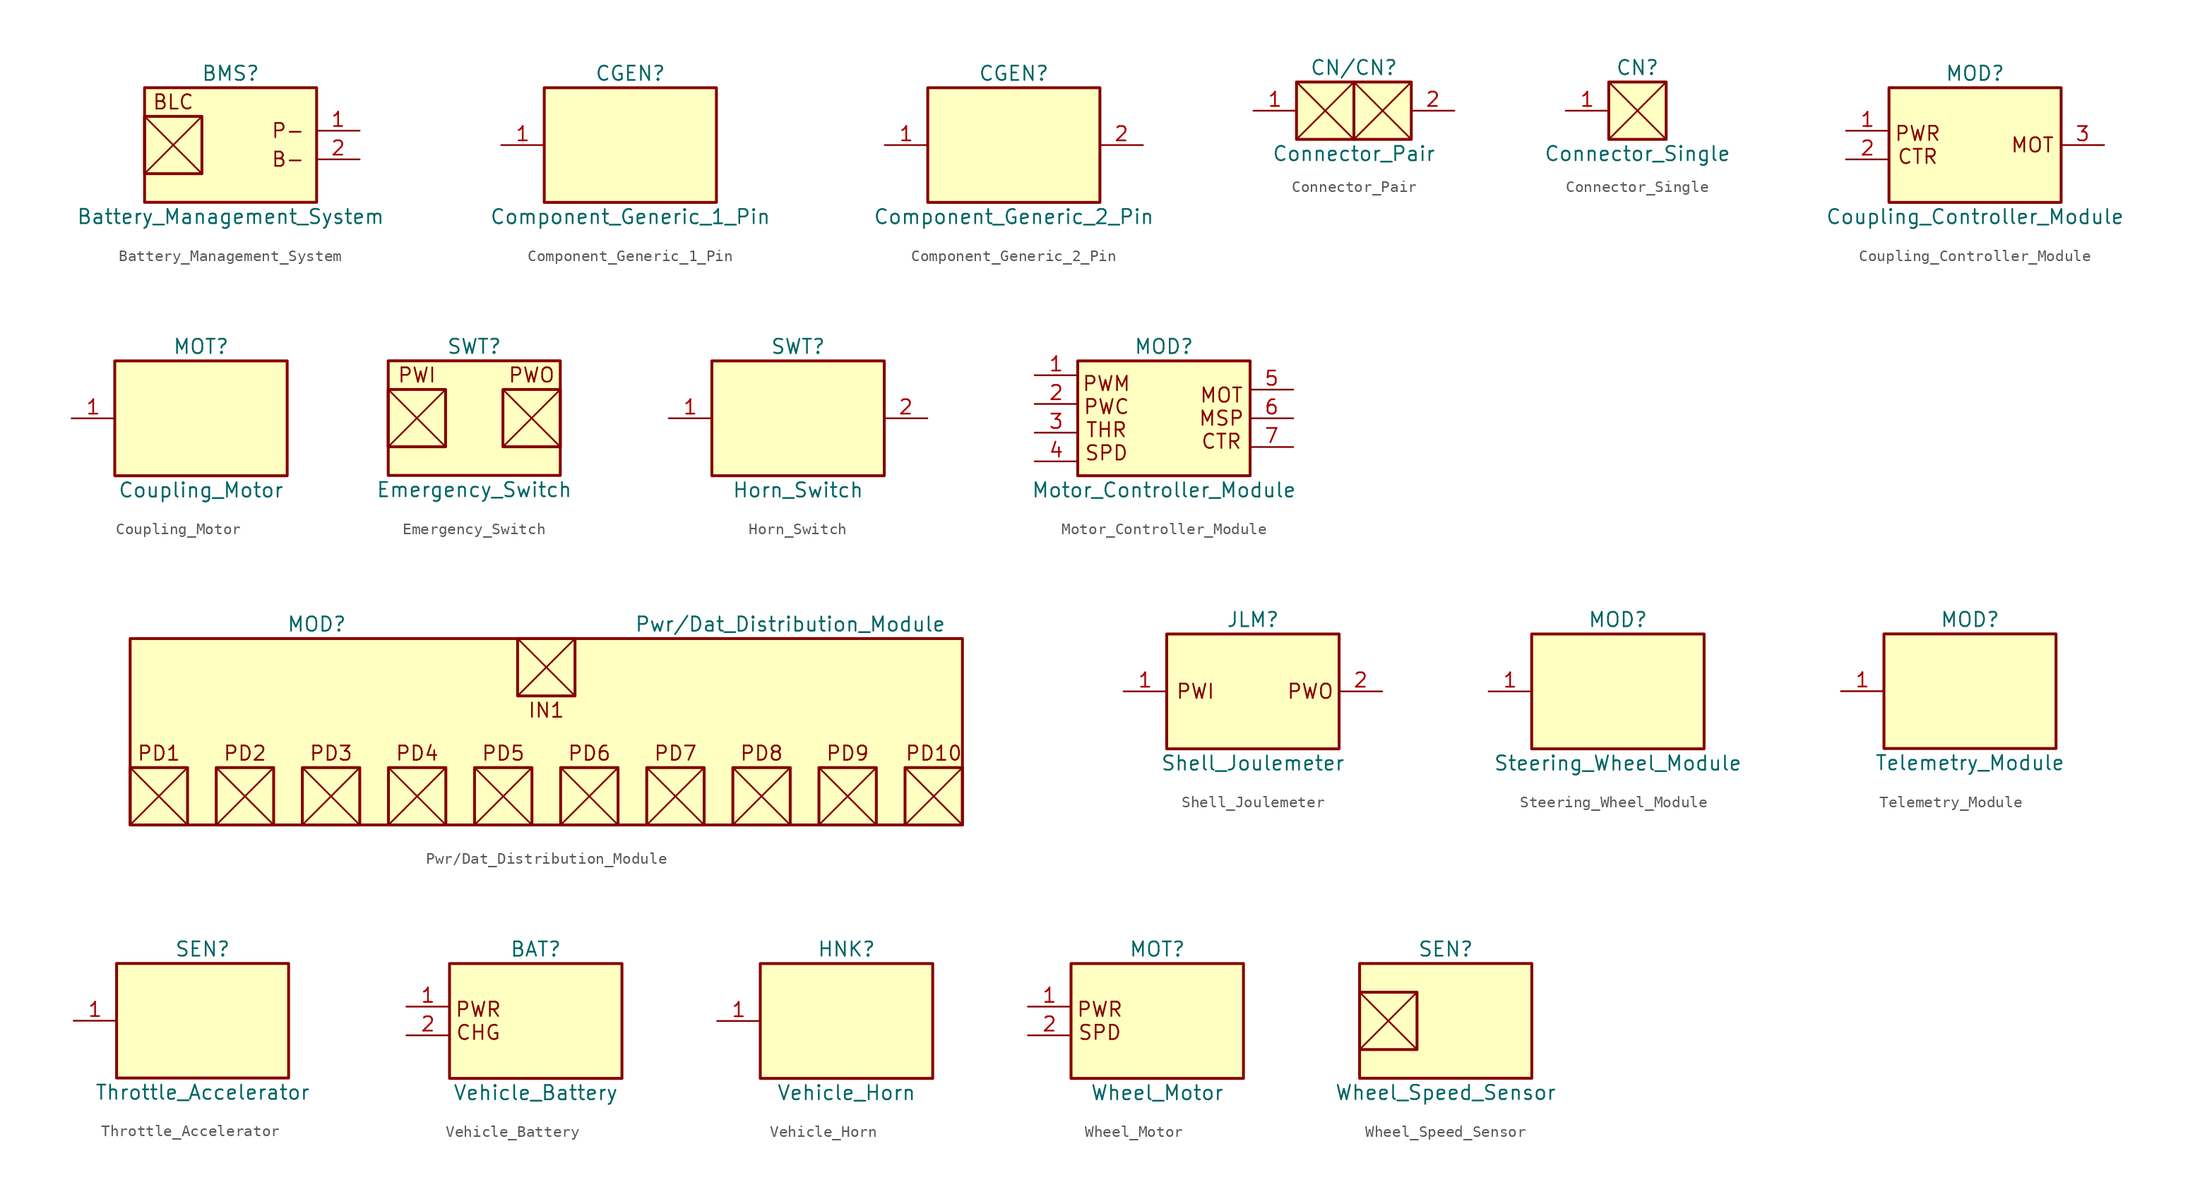
<source format=kicad_sym>
(kicad_symbol_lib
  (version 20220914)
  (generator kicad_symbol_editor)
  (symbol "Battery_Management_System"
    (pin_names
      (offset 1.016) hide)
    (property "Reference" "BMS"
      (at 0 6.35 0)
      (effects (font (size 1.27 1.27))))
    (property "Value" "Battery_Management_System\n"
      (at 0 -6.35 0)
      (effects (font (size 1.27 1.27))))
    (symbol "Battery_Management_System_0_1"
      (polyline (pts (xy -7.62 2.54) (xy -2.54 -2.54)) (stroke (width 0) (type default)) (fill (type none)))
      (polyline (pts (xy -2.54 2.54) (xy -7.62 -2.54)) (stroke (width 0) (type default)) (fill (type none))))
    (symbol "Battery_Management_System_1_0"
      (text "BLC" (at -5.08 3.81 0) (effects (font (size 1.27 1.27))))
      (text "P-" (at 5.08 1.27 0) (effects (font (size 1.27 1.27)))))
    (symbol "Battery_Management_System_1_1"
      (rectangle (start -7.62 2.54) (end -2.54 -2.54) (stroke (width 0.254) (type default)) (fill (type background)))
      (rectangle (start -7.62 5.08) (end 7.62 -5.08) (stroke (width 0.254) (type default)) (fill (type background)))
      (text "B-" (at 5.08 -1.27 0) (effects (font (size 1.27 1.27))))
      (pin passive line (at 11.43 1.27 180) (length 3.81) (name "Pin_1" (effects (font (size 1.27 1.27)))) (number "1" (effects (font (size 1.27 1.27)))))
      (pin passive line (at 11.43 -1.27 180) (length 3.81) (name "Pin_2" (effects (font (size 1.27 1.27)))) (number "2" (effects (font (size 1.27 1.27)))))))
  (symbol "Component_Generic_1_Pin"
    (pin_names
      (offset 1.016) hide)
    (property "Reference" "CGEN"
      (at 0 6.35 0)
      (effects (font (size 1.27 1.27))))
    (property "Value" "Component_Generic_1_Pin"
      (at 0 -6.35 0)
      (effects (font (size 1.27 1.27))))
    (symbol "Component_Generic_1_Pin_1_1"
      (rectangle (start -7.62 5.08) (end 7.62 -5.08) (stroke (width 0.254) (type default)) (fill (type background)))
      (pin passive line (at -11.43 0 0) (length 3.81) (name "Pin_1" (effects (font (size 1.27 1.27)))) (number "1" (effects (font (size 1.27 1.27)))))))
  (symbol "Component_Generic_2_Pin"
    (pin_names
      (offset 1.016) hide)
    (property "Reference" "CGEN"
      (at 0 6.35 0)
      (effects (font (size 1.27 1.27))))
    (property "Value" "Component_Generic_2_Pin"
      (at 0 -6.35 0)
      (effects (font (size 1.27 1.27))))
    (symbol "Component_Generic_2_Pin_1_1"
      (rectangle (start -7.62 5.08) (end 7.62 -5.08) (stroke (width 0.254) (type default)) (fill (type background)))
      (pin passive line (at -11.43 0 0) (length 3.81) (name "Pin_1" (effects (font (size 1.27 1.27)))) (number "1" (effects (font (size 1.27 1.27)))))
      (pin passive line (at 11.43 0 180) (length 3.81) (name "Pin_2" (effects (font (size 1.27 1.27)))) (number "2" (effects (font (size 1.27 1.27)))))))
  (symbol "Connector_Pair"
    (pin_names
      (offset 1.016) hide)
    (property "Reference" "CN/CN"
      (at 0 3.81 0)
      (effects (font (size 1.27 1.27))))
    (property "Value" "Connector_Pair"
      (at 0 -3.81 0)
      (effects (font (size 1.27 1.27))))
    (symbol "Connector_Pair_0_1"
      (polyline (pts (xy -5.08 2.54) (xy 0 -2.54)) (stroke (width 0) (type default)) (fill (type none)))
      (polyline (pts (xy 0 -2.54) (xy 5.08 2.54)) (stroke (width 0) (type default)) (fill (type none)))
      (polyline (pts (xy 0 2.54) (xy -5.08 -2.54)) (stroke (width 0) (type default)) (fill (type none)))
      (polyline (pts (xy 5.08 -2.54) (xy 0 2.54)) (stroke (width 0) (type default)) (fill (type none))))
    (symbol "Connector_Pair_1_1"
      (rectangle (start -5.08 2.54) (end 5.08 -2.54) (stroke (width 0.254) (type default)) (fill (type background)))
      (polyline (pts (xy 0 2.54) (xy 0 -2.54)) (stroke (width 0.254) (type default)) (fill (type none)))
      (pin passive line (at -8.89 0 0) (length 3.81) (name "Pin_1" (effects (font (size 1.27 1.27)))) (number "1" (effects (font (size 1.27 1.27)))))
      (pin passive line (at 8.89 0 180) (length 3.81) (name "Pin_2" (effects (font (size 1.27 1.27)))) (number "2" (effects (font (size 1.27 1.27)))))))
  (symbol "Connector_Single"
    (pin_names
      (offset 1.016) hide)
    (property "Reference" "CN"
      (at 0 3.81 0)
      (effects (font (size 1.27 1.27))))
    (property "Value" "Connector_Single"
      (at 0 -3.81 0)
      (effects (font (size 1.27 1.27))))
    (symbol "Connector_Single_0_1"
      (polyline (pts (xy -2.54 2.54) (xy 2.54 -2.54)) (stroke (width 0) (type default)) (fill (type none)))
      (polyline (pts (xy 2.54 2.54) (xy -2.54 -2.54)) (stroke (width 0) (type default)) (fill (type none))))
    (symbol "Connector_Single_1_1"
      (rectangle (start -2.54 2.54) (end 2.54 -2.54) (stroke (width 0.254) (type default)) (fill (type background)))
      (pin passive line (at -6.35 0 0) (length 3.81) (name "Pin_1" (effects (font (size 1.27 1.27)))) (number "1" (effects (font (size 1.27 1.27)))))))
  (symbol "Coupling_Controller_Module"
    (pin_names
      (offset 1.016) hide)
    (property "Reference" "MOD"
      (at 0 6.35 0)
      (effects (font (size 1.27 1.27))))
    (property "Value" "Coupling_Controller_Module\n"
      (at 0 -6.35 0)
      (effects (font (size 1.27 1.27))))
    (symbol "Coupling_Controller_Module_1_0"
      (text "MOT" (at 5.08 0 0) (effects (font (size 1.27 1.27)))))
    (symbol "Coupling_Controller_Module_1_1"
      (rectangle (start -7.62 5.08) (end 7.62 -5.08) (stroke (width 0.254) (type default)) (fill (type background)))
      (text "PWR\nCTR" (at -5.08 0 0) (effects (font (size 1.27 1.27))))
      (pin passive line (at -11.43 1.27 0) (length 3.81) (name "Pin_1" (effects (font (size 1.27 1.27)))) (number "1" (effects (font (size 1.27 1.27)))))
      (pin passive line (at -11.43 -1.27 0) (length 3.81) (name "Pin_2" (effects (font (size 1.27 1.27)))) (number "2" (effects (font (size 1.27 1.27)))))
      (pin passive line (at 11.43 0 180) (length 3.81) (name "Pin_3" (effects (font (size 1.27 1.27)))) (number "3" (effects (font (size 1.27 1.27)))))))
  (symbol "Coupling_Motor"
    (pin_names
      (offset 1.016) hide)
    (property "Reference" "MOT"
      (at 0 6.35 0)
      (effects (font (size 1.27 1.27))))
    (property "Value" "Coupling_Motor\n"
      (at 0 -6.35 0)
      (effects (font (size 1.27 1.27))))
    (symbol "Coupling_Motor_1_1"
      (rectangle (start -7.62 5.08) (end 7.62 -5.08) (stroke (width 0.254) (type default)) (fill (type background)))
      (pin passive line (at -11.43 0 0) (length 3.81) (name "Pin_1" (effects (font (size 1.27 1.27)))) (number "1" (effects (font (size 1.27 1.27)))))))
  (symbol "Emergency_Switch"
    (pin_names
      (offset 1.016) hide)
    (property "Reference" "SWT"
      (at 0 6.35 0)
      (effects (font (size 1.27 1.27))))
    (property "Value" "Emergency_Switch"
      (at 0 -6.35 0)
      (effects (font (size 1.27 1.27))))
    (symbol "Emergency_Switch_0_1"
      (polyline (pts (xy -7.62 2.54) (xy -2.54 -2.54)) (stroke (width 0) (type default)) (fill (type none)))
      (polyline (pts (xy -2.54 2.54) (xy -7.62 -2.54)) (stroke (width 0) (type default)) (fill (type none)))
      (polyline (pts (xy 2.54 2.54) (xy 7.62 -2.54)) (stroke (width 0) (type default)) (fill (type none)))
      (polyline (pts (xy 7.62 2.54) (xy 2.54 -2.54)) (stroke (width 0) (type default)) (fill (type none))))
    (symbol "Emergency_Switch_1_0"
      (text "PWI" (at -5.08 3.81 0) (effects (font (size 1.27 1.27))))
      (text "PWO" (at 5.08 3.81 0) (effects (font (size 1.27 1.27)))))
    (symbol "Emergency_Switch_1_1"
      (rectangle (start -7.62 2.54) (end -2.54 -2.54) (stroke (width 0.254) (type default)) (fill (type background)))
      (rectangle (start -7.62 5.08) (end 7.62 -5.08) (stroke (width 0.254) (type default)) (fill (type background)))
      (rectangle (start 2.54 2.54) (end 7.62 -2.54) (stroke (width 0.254) (type default)) (fill (type background)))))
  (symbol "Horn_Switch"
    (pin_names
      (offset 1.016) hide)
    (property "Reference" "SWT"
      (at 0 6.35 0)
      (effects (font (size 1.27 1.27))))
    (property "Value" "Horn_Switch\n"
      (at 0 -6.35 0)
      (effects (font (size 1.27 1.27))))
    (symbol "Horn_Switch_1_1"
      (rectangle (start -7.62 5.08) (end 7.62 -5.08) (stroke (width 0.254) (type default)) (fill (type background)))
      (pin passive line (at -11.43 0 0) (length 3.81) (name "Pin_1" (effects (font (size 1.27 1.27)))) (number "1" (effects (font (size 1.27 1.27)))))
      (pin passive line (at 11.43 0 180) (length 3.81) (name "Pin_2" (effects (font (size 1.27 1.27)))) (number "2" (effects (font (size 1.27 1.27)))))))
  (symbol "Motor_Controller_Module"
    (pin_names
      (offset 1.016) hide)
    (property "Reference" "MOD"
      (at 0 6.35 0)
      (effects (font (size 1.27 1.27))))
    (property "Value" "Motor_Controller_Module\n"
      (at 0 -6.35 0)
      (effects (font (size 1.27 1.27))))
    (symbol "Motor_Controller_Module_1_0"
      (text "MOT\nMSP\nCTR" (at 5.08 0 0) (effects (font (size 1.27 1.27)))))
    (symbol "Motor_Controller_Module_1_1"
      (rectangle (start -7.62 5.08) (end 7.62 -5.08) (stroke (width 0.254) (type default)) (fill (type background)))
      (text "PWM\nPWC\nTHR\nSPD" (at -5.08 0 0) (effects (font (size 1.27 1.27))))
      (pin passive line (at -11.43 3.81 0) (length 3.81) (name "Pin_1" (effects (font (size 1.27 1.27)))) (number "1" (effects (font (size 1.27 1.27)))))
      (pin passive line (at -11.43 1.27 0) (length 3.81) (name "Pin_2" (effects (font (size 1.27 1.27)))) (number "2" (effects (font (size 1.27 1.27)))))
      (pin passive line (at -11.43 -1.27 0) (length 3.81) (name "Pin_3" (effects (font (size 1.27 1.27)))) (number "3" (effects (font (size 1.27 1.27)))))
      (pin passive line (at -11.43 -3.81 0) (length 3.81) (name "Pin_4" (effects (font (size 1.27 1.27)))) (number "4" (effects (font (size 1.27 1.27)))))
      (pin passive line (at 11.43 2.54 180) (length 3.81) (name "Pin_5" (effects (font (size 1.27 1.27)))) (number "5" (effects (font (size 1.27 1.27)))))
      (pin passive line (at 11.43 0 180) (length 3.81) (name "Pin_6" (effects (font (size 1.27 1.27)))) (number "6" (effects (font (size 1.27 1.27)))))
      (pin passive line (at 11.43 -2.54 180) (length 3.81) (name "Pin_7" (effects (font (size 1.27 1.27)))) (number "7" (effects (font (size 1.27 1.27)))))))
  (symbol "Pwr/Dat_Distribution_Module"
    (pin_names
      (offset 1.016) hide)
    (property "Reference" "MOD"
      (at -20.32 12.7 0)
      (effects (font (size 1.27 1.27))))
    (property "Value" "Pwr/Dat_Distribution_Module\n"
      (at 21.59 12.7 0)
      (effects (font (size 1.27 1.27))))
    (symbol "Pwr/Dat_Distribution_Module_0_1"
      (polyline (pts (xy -36.83 0) (xy -31.75 -5.08)) (stroke (width 0) (type default)) (fill (type none)))
      (polyline (pts (xy -31.75 0) (xy -36.83 -5.08)) (stroke (width 0) (type default)) (fill (type none)))
      (polyline (pts (xy -29.21 0) (xy -24.13 -5.08)) (stroke (width 0) (type default)) (fill (type none)))
      (polyline (pts (xy -24.13 0) (xy -29.21 -5.08)) (stroke (width 0) (type default)) (fill (type none)))
      (polyline (pts (xy -21.59 0) (xy -16.51 -5.08)) (stroke (width 0) (type default)) (fill (type none)))
      (polyline (pts (xy -16.51 0) (xy -21.59 -5.08)) (stroke (width 0) (type default)) (fill (type none)))
      (polyline (pts (xy -13.97 0) (xy -8.89 -5.08)) (stroke (width 0) (type default)) (fill (type none)))
      (polyline (pts (xy -8.89 0) (xy -13.97 -5.08)) (stroke (width 0) (type default)) (fill (type none)))
      (polyline (pts (xy -6.35 0) (xy -1.27 -5.08)) (stroke (width 0) (type default)) (fill (type none)))
      (polyline (pts (xy -2.54 11.43) (xy 2.54 6.35)) (stroke (width 0) (type default)) (fill (type none)))
      (polyline (pts (xy -1.27 0) (xy -6.35 -5.08)) (stroke (width 0) (type default)) (fill (type none)))
      (polyline (pts (xy 1.27 0) (xy 6.35 -5.08)) (stroke (width 0) (type default)) (fill (type none)))
      (polyline (pts (xy 2.54 11.43) (xy -2.54 6.35)) (stroke (width 0) (type default)) (fill (type none)))
      (polyline (pts (xy 6.35 0) (xy 1.27 -5.08)) (stroke (width 0) (type default)) (fill (type none)))
      (polyline (pts (xy 8.89 0) (xy 13.97 -5.08)) (stroke (width 0) (type default)) (fill (type none)))
      (polyline (pts (xy 13.97 0) (xy 8.89 -5.08)) (stroke (width 0) (type default)) (fill (type none)))
      (polyline (pts (xy 16.51 0) (xy 21.59 -5.08)) (stroke (width 0) (type default)) (fill (type none)))
      (polyline (pts (xy 21.59 0) (xy 16.51 -5.08)) (stroke (width 0) (type default)) (fill (type none)))
      (polyline (pts (xy 24.13 0) (xy 29.21 -5.08)) (stroke (width 0) (type default)) (fill (type none)))
      (polyline (pts (xy 29.21 0) (xy 24.13 -5.08)) (stroke (width 0) (type default)) (fill (type none)))
      (polyline (pts (xy 31.75 0) (xy 36.83 -5.08)) (stroke (width 0) (type default)) (fill (type none)))
      (polyline (pts (xy 36.83 0) (xy 31.75 -5.08)) (stroke (width 0) (type default)) (fill (type none))))
    (symbol "Pwr/Dat_Distribution_Module_1_0"
      (text "IN1" (at 0 5.08 0) (effects (font (size 1.27 1.27))))
      (text "PD1" (at -34.29 1.27 0) (effects (font (size 1.27 1.27))))
      (text "PD10" (at 34.29 1.27 0) (effects (font (size 1.27 1.27))))
      (text "PD2" (at -26.67 1.27 0) (effects (font (size 1.27 1.27))))
      (text "PD3" (at -19.05 1.27 0) (effects (font (size 1.27 1.27))))
      (text "PD4" (at -11.43 1.27 0) (effects (font (size 1.27 1.27))))
      (text "PD5" (at -3.81 1.27 0) (effects (font (size 1.27 1.27))))
      (text "PD6" (at 3.81 1.27 0) (effects (font (size 1.27 1.27))))
      (text "PD7" (at 11.43 1.27 0) (effects (font (size 1.27 1.27))))
      (text "PD8" (at 19.05 1.27 0) (effects (font (size 1.27 1.27))))
      (text "PD9" (at 26.67 1.27 0) (effects (font (size 1.27 1.27)))))
    (symbol "Pwr/Dat_Distribution_Module_1_1"
      (rectangle (start -36.83 0) (end -31.75 -5.08) (stroke (width 0.254) (type default)) (fill (type background)))
      (rectangle (start -36.83 11.43) (end 36.83 -5.08) (stroke (width 0.254) (type default)) (fill (type background)))
      (rectangle (start -29.21 0) (end -24.13 -5.08) (stroke (width 0.254) (type default)) (fill (type background)))
      (rectangle (start -21.59 0) (end -16.51 -5.08) (stroke (width 0.254) (type default)) (fill (type background)))
      (rectangle (start -13.97 0) (end -8.89 -5.08) (stroke (width 0.254) (type default)) (fill (type background)))
      (rectangle (start -6.35 0) (end -1.27 -5.08) (stroke (width 0.254) (type default)) (fill (type background)))
      (rectangle (start -2.54 11.43) (end 2.54 6.35) (stroke (width 0.254) (type default)) (fill (type background)))
      (rectangle (start 1.27 0) (end 6.35 -5.08) (stroke (width 0.254) (type default)) (fill (type background)))
      (rectangle (start 8.89 0) (end 13.97 -5.08) (stroke (width 0.254) (type default)) (fill (type background)))
      (rectangle (start 16.51 0) (end 21.59 -5.08) (stroke (width 0.254) (type default)) (fill (type background)))
      (rectangle (start 24.13 0) (end 29.21 -5.08) (stroke (width 0.254) (type default)) (fill (type background)))
      (rectangle (start 31.75 0) (end 36.83 -5.08) (stroke (width 0.254) (type default)) (fill (type background)))))
  (symbol "Shell_Joulemeter"
    (pin_names
      (offset 1.016) hide)
    (property "Reference" "JLM"
      (at 0 6.35 0)
      (effects (font (size 1.27 1.27))))
    (property "Value" "Shell_Joulemeter\n"
      (at 0 -6.35 0)
      (effects (font (size 1.27 1.27))))
    (symbol "Shell_Joulemeter_1_0"
      (text "PWO" (at 5.08 0 0) (effects (font (size 1.27 1.27)))))
    (symbol "Shell_Joulemeter_1_1"
      (rectangle (start -7.62 5.08) (end 7.62 -5.08) (stroke (width 0.254) (type default)) (fill (type background)))
      (text "PWI" (at -5.08 0 0) (effects (font (size 1.27 1.27))))
      (pin passive line (at -11.43 0 0) (length 3.81) (name "Pin_1" (effects (font (size 1.27 1.27)))) (number "1" (effects (font (size 1.27 1.27)))))
      (pin passive line (at 11.43 0 180) (length 3.81) (name "Pin_2" (effects (font (size 1.27 1.27)))) (number "2" (effects (font (size 1.27 1.27)))))))
  (symbol "Steering_Wheel_Module"
    (pin_names
      (offset 1.016) hide)
    (property "Reference" "MOD"
      (at 0 6.35 0)
      (effects (font (size 1.27 1.27))))
    (property "Value" "Steering_Wheel_Module\n"
      (at 0 -6.35 0)
      (effects (font (size 1.27 1.27))))
    (symbol "Steering_Wheel_Module_1_1"
      (rectangle (start -7.62 5.08) (end 7.62 -5.08) (stroke (width 0.254) (type default)) (fill (type background)))
      (pin passive line (at -11.43 0 0) (length 3.81) (name "Pin_1" (effects (font (size 1.27 1.27)))) (number "1" (effects (font (size 1.27 1.27)))))))
  (symbol "Telemetry_Module"
    (pin_names
      (offset 1.016) hide)
    (property "Reference" "MOD"
      (at 0 6.35 0)
      (effects (font (size 1.27 1.27))))
    (property "Value" "Telemetry_Module\n"
      (at 0 -6.35 0)
      (effects (font (size 1.27 1.27))))
    (symbol "Telemetry_Module_1_1"
      (rectangle (start -7.62 5.08) (end 7.62 -5.08) (stroke (width 0.254) (type default)) (fill (type background)))
      (pin passive line (at -11.43 0 0) (length 3.81) (name "Pin_1" (effects (font (size 1.27 1.27)))) (number "1" (effects (font (size 1.27 1.27)))))))
  (symbol "Throttle_Accelerator"
    (pin_names
      (offset 1.016) hide)
    (property "Reference" "SEN"
      (at 0 6.35 0)
      (effects (font (size 1.27 1.27))))
    (property "Value" "Throttle_Accelerator\n"
      (at 0 -6.35 0)
      (effects (font (size 1.27 1.27))))
    (symbol "Throttle_Accelerator_1_1"
      (rectangle (start -7.62 5.08) (end 7.62 -5.08) (stroke (width 0.254) (type default)) (fill (type background)))
      (pin passive line (at -11.43 0 0) (length 3.81) (name "Pin_1" (effects (font (size 1.27 1.27)))) (number "1" (effects (font (size 1.27 1.27)))))))
  (symbol "Vehicle_Battery"
    (pin_names
      (offset 1.016) hide)
    (property "Reference" "BAT"
      (at 0 6.35 0)
      (effects (font (size 1.27 1.27))))
    (property "Value" "Vehicle_Battery"
      (at 0 -6.35 0)
      (effects (font (size 1.27 1.27))))
    (symbol "Vehicle_Battery_1_1"
      (rectangle (start -7.62 5.08) (end 7.62 -5.08) (stroke (width 0.254) (type default)) (fill (type background)))
      (text "PWR\nCHG" (at -5.08 0 0) (effects (font (size 1.27 1.27))))
      (pin passive line (at -11.43 1.27 0) (length 3.81) (name "Pin_1" (effects (font (size 1.27 1.27)))) (number "1" (effects (font (size 1.27 1.27)))))
      (pin passive line (at -11.43 -1.27 0) (length 3.81) (name "Pin_2" (effects (font (size 1.27 1.27)))) (number "2" (effects (font (size 1.27 1.27)))))))
  (symbol "Vehicle_Horn"
    (pin_names
      (offset 1.016) hide)
    (property "Reference" "HNK"
      (at 0 6.35 0)
      (effects (font (size 1.27 1.27))))
    (property "Value" "Vehicle_Horn\n"
      (at 0 -6.35 0)
      (effects (font (size 1.27 1.27))))
    (symbol "Vehicle_Horn_1_1"
      (rectangle (start -7.62 5.08) (end 7.62 -5.08) (stroke (width 0.254) (type default)) (fill (type background)))
      (pin passive line (at -11.43 0 0) (length 3.81) (name "Pin_1" (effects (font (size 1.27 1.27)))) (number "1" (effects (font (size 1.27 1.27)))))))
  (symbol "Wheel_Motor"
    (pin_names
      (offset 1.016) hide)
    (property "Reference" "MOT"
      (at 0 6.35 0)
      (effects (font (size 1.27 1.27))))
    (property "Value" "Wheel_Motor\n"
      (at 0 -6.35 0)
      (effects (font (size 1.27 1.27))))
    (symbol "Wheel_Motor_1_1"
      (rectangle (start -7.62 5.08) (end 7.62 -5.08) (stroke (width 0.254) (type default)) (fill (type background)))
      (text "PWR\nSPD" (at -5.08 0 0) (effects (font (size 1.27 1.27))))
      (pin passive line (at -11.43 1.27 0) (length 3.81) (name "Pin_1" (effects (font (size 1.27 1.27)))) (number "1" (effects (font (size 1.27 1.27)))))
      (pin passive line (at -11.43 -1.27 0) (length 3.81) (name "Pin_2" (effects (font (size 1.27 1.27)))) (number "2" (effects (font (size 1.27 1.27)))))))
  (symbol "Wheel_Speed_Sensor"
    (pin_names
      (offset 1.016) hide)
    (property "Reference" "SEN"
      (at 0 6.35 0)
      (effects (font (size 1.27 1.27))))
    (property "Value" "Wheel_Speed_Sensor\n"
      (at 0 -6.35 0)
      (effects (font (size 1.27 1.27))))
    (symbol "Wheel_Speed_Sensor_0_1"
      (polyline (pts (xy -7.62 2.54) (xy -2.54 -2.54)) (stroke (width 0) (type default)) (fill (type none)))
      (polyline (pts (xy -2.54 2.54) (xy -7.62 -2.54)) (stroke (width 0) (type default)) (fill (type none))))
    (symbol "Wheel_Speed_Sensor_1_1"
      (rectangle (start -7.62 2.54) (end -2.54 -2.54) (stroke (width 0.254) (type default)) (fill (type background)))
      (rectangle (start -7.62 5.08) (end 7.62 -5.08) (stroke (width 0.254) (type default)) (fill (type background))))))
</source>
